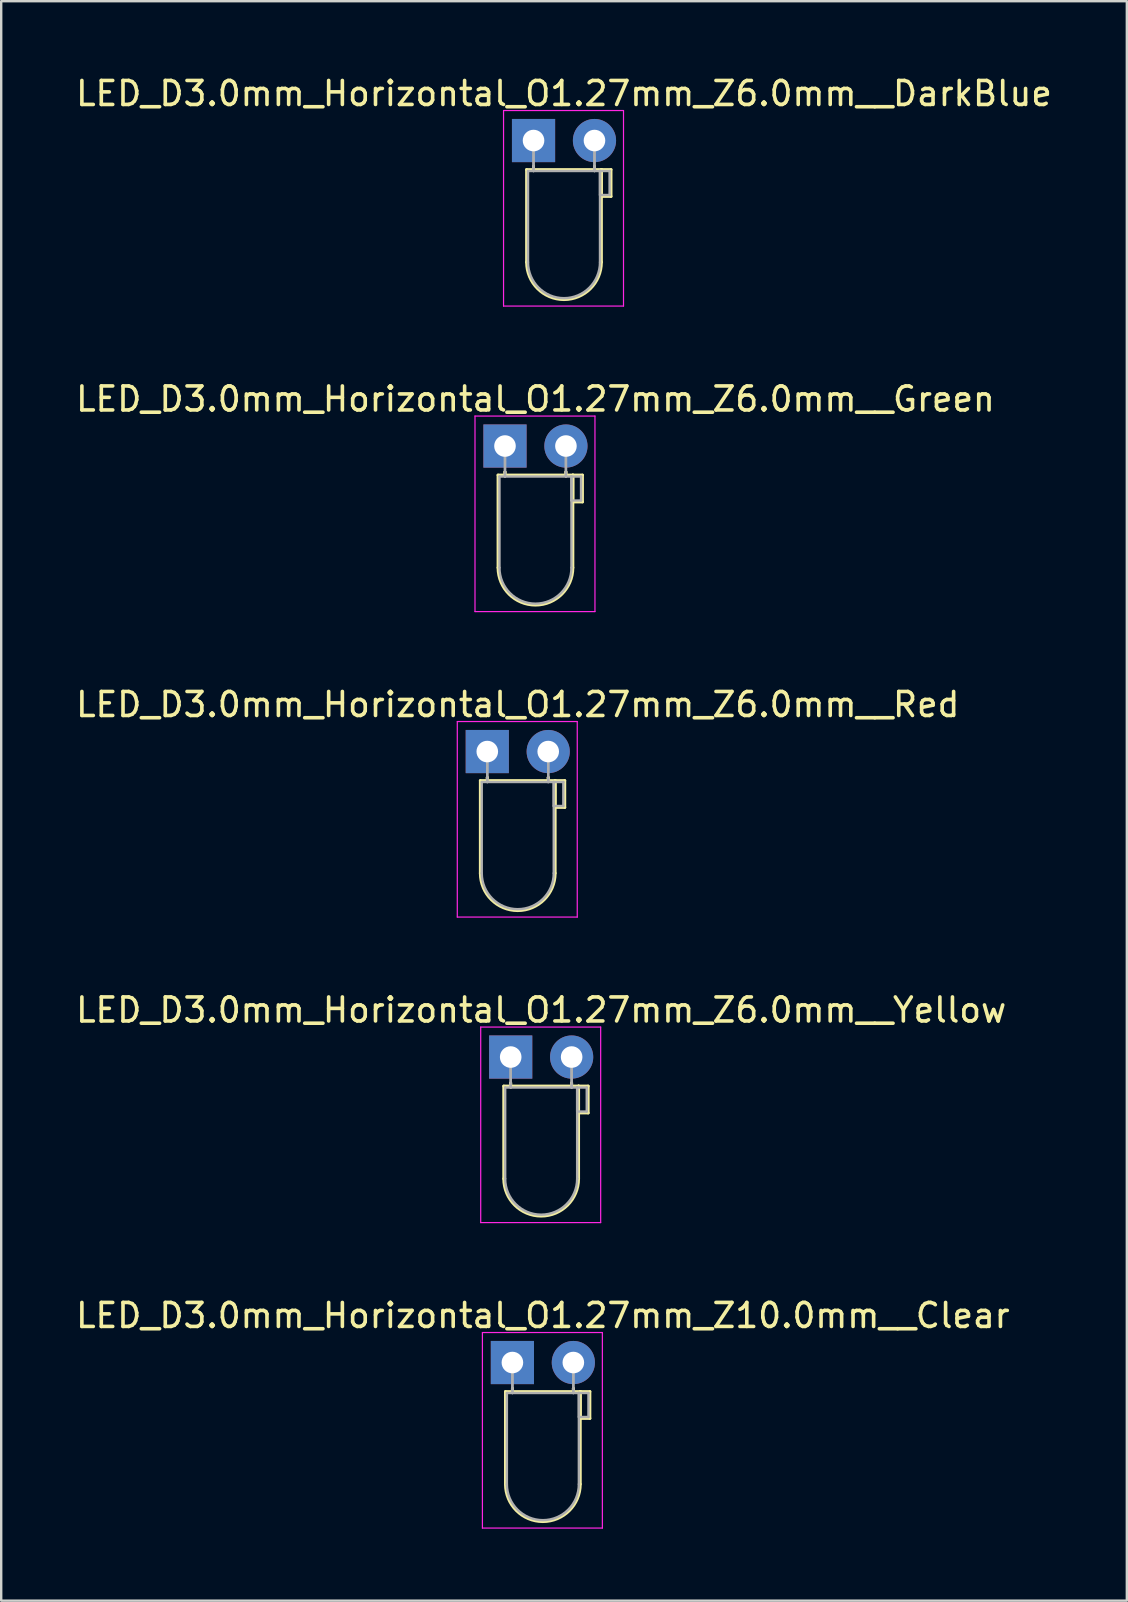
<source format=kicad_pcb>
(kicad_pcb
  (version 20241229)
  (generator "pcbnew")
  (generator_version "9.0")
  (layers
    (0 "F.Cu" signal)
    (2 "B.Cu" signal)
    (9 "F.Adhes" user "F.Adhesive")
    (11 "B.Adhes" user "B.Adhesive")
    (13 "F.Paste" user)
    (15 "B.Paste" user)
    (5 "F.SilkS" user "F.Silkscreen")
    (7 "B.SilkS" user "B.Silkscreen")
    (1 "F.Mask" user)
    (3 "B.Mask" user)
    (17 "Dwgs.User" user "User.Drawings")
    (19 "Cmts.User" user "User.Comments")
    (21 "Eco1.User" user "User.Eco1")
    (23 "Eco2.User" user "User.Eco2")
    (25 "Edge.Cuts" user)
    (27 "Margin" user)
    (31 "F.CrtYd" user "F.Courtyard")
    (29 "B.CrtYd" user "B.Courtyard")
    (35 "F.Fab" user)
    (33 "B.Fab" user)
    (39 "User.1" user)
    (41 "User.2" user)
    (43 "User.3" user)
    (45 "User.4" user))
  (footprint "LED_D3.0mm_Horizontal_O1.27mm_Z6.0mm__Yellow"
    (layer "F.Cu")
    (at 18.236 41.008)
    (property "Reference" "LED_D3.0mm_Horizontal_O1.27mm_Z6.0mm__Yellow" (at 1.27 -1.96 0) (layer "F.SilkS") (effects (font (size 1 1) (thickness 0.15))))
    (attr through_hole)
    (fp_line (start -0.29 1.21) (end -0.29 5.07) (stroke (width 0.12) (type solid)) (layer "F.SilkS"))
    (fp_line (start -0.29 1.21) (end 2.83 1.21) (stroke (width 0.12) (type solid)) (layer "F.SilkS"))
    (fp_line (start 0 1.08) (end 0 1.08) (stroke (width 0.12) (type solid)) (layer "F.SilkS"))
    (fp_line (start 0 1.08) (end 0 1.21) (stroke (width 0.12) (type solid)) (layer "F.SilkS"))
    (fp_line (start 0 1.21) (end 0 1.08) (stroke (width 0.12) (type solid)) (layer "F.SilkS"))
    (fp_line (start 0 1.21) (end 0 1.21) (stroke (width 0.12) (type solid)) (layer "F.SilkS"))
    (fp_line (start 2.54 1.08) (end 2.54 1.08) (stroke (width 0.12) (type solid)) (layer "F.SilkS"))
    (fp_line (start 2.54 1.08) (end 2.54 1.21) (stroke (width 0.12) (type solid)) (layer "F.SilkS"))
    (fp_line (start 2.54 1.21) (end 2.54 1.08) (stroke (width 0.12) (type solid)) (layer "F.SilkS"))
    (fp_line (start 2.54 1.21) (end 2.54 1.21) (stroke (width 0.12) (type solid)) (layer "F.SilkS"))
    (fp_line (start 2.83 1.21) (end 2.83 5.07) (stroke (width 0.12) (type solid)) (layer "F.SilkS"))
    (fp_line (start 2.83 1.21) (end 3.23 1.21) (stroke (width 0.12) (type solid)) (layer "F.SilkS"))
    (fp_line (start 2.83 2.33) (end 2.83 1.21) (stroke (width 0.12) (type solid)) (layer "F.SilkS"))
    (fp_line (start 3.23 1.21) (end 3.23 2.33) (stroke (width 0.12) (type solid)) (layer "F.SilkS"))
    (fp_line (start 3.23 2.33) (end 2.83 2.33) (stroke (width 0.12) (type solid)) (layer "F.SilkS"))
    (fp_arc (start 2.83 5.07) (mid 1.27 6.63) (end -0.29 5.07) (stroke (width 0.12) (type solid)) (layer "F.SilkS"))
    (fp_line (start -1.25 -1.25) (end -1.25 6.9) (stroke (width 0.05) (type solid)) (layer "F.CrtYd"))
    (fp_line (start -1.25 6.9) (end 3.75 6.9) (stroke (width 0.05) (type solid)) (layer "F.CrtYd"))
    (fp_line (start 3.75 -1.25) (end -1.25 -1.25) (stroke (width 0.05) (type solid)) (layer "F.CrtYd"))
    (fp_line (start 3.75 6.9) (end 3.75 -1.25) (stroke (width 0.05) (type solid)) (layer "F.CrtYd"))
    (fp_line (start -0.23 1.27) (end -0.23 5.07) (stroke (width 0.1) (type solid)) (layer "F.Fab"))
    (fp_line (start -0.23 1.27) (end 2.77 1.27) (stroke (width 0.1) (type solid)) (layer "F.Fab"))
    (fp_line (start 0 0) (end 0 0) (stroke (width 0.1) (type solid)) (layer "F.Fab"))
    (fp_line (start 0 0) (end 0 1.27) (stroke (width 0.1) (type solid)) (layer "F.Fab"))
    (fp_line (start 0 1.27) (end 0 0) (stroke (width 0.1) (type solid)) (layer "F.Fab"))
    (fp_line (start 0 1.27) (end 0 1.27) (stroke (width 0.1) (type solid)) (layer "F.Fab"))
    (fp_line (start 2.54 0) (end 2.54 0) (stroke (width 0.1) (type solid)) (layer "F.Fab"))
    (fp_line (start 2.54 0) (end 2.54 1.27) (stroke (width 0.1) (type solid)) (layer "F.Fab"))
    (fp_line (start 2.54 1.27) (end 2.54 0) (stroke (width 0.1) (type solid)) (layer "F.Fab"))
    (fp_line (start 2.54 1.27) (end 2.54 1.27) (stroke (width 0.1) (type solid)) (layer "F.Fab"))
    (fp_line (start 2.77 1.27) (end 2.77 5.07) (stroke (width 0.1) (type solid)) (layer "F.Fab"))
    (fp_line (start 2.77 1.27) (end 3.17 1.27) (stroke (width 0.1) (type solid)) (layer "F.Fab"))
    (fp_line (start 2.77 2.27) (end 2.77 1.27) (stroke (width 0.1) (type solid)) (layer "F.Fab"))
    (fp_line (start 3.17 1.27) (end 3.17 2.27) (stroke (width 0.1) (type solid)) (layer "F.Fab"))
    (fp_line (start 3.17 2.27) (end 2.77 2.27) (stroke (width 0.1) (type solid)) (layer "F.Fab"))
    (fp_arc (start 2.77 5.07) (mid 1.27 6.57) (end -0.23 5.07) (stroke (width 0.1) (type solid)) (layer "F.Fab"))
    (pad "1" thru_hole rect (at 0 0) (size 1.8 1.8) (drill 0.9) (layers "*.Cu" "*.Mask"))
    (pad "2" thru_hole circle (at 2.54 0) (size 1.8 1.8) (drill 0.9) (layers "*.Cu" "*.Mask")))
  (footprint "LED_D3.0mm_Horizontal_O1.27mm_Z6.0mm__DarkBlue"
    (layer "F.Cu")
    (at 19.188 2.808)
    (property "Reference" "LED_D3.0mm_Horizontal_O1.27mm_Z6.0mm__DarkBlue" (at 1.27 -1.96 0) (layer "F.SilkS") (effects (font (size 1 1) (thickness 0.15))))
    (attr through_hole)
    (fp_line (start -0.29 1.21) (end -0.29 5.07) (stroke (width 0.12) (type solid)) (layer "F.SilkS"))
    (fp_line (start -0.29 1.21) (end 2.83 1.21) (stroke (width 0.12) (type solid)) (layer "F.SilkS"))
    (fp_line (start 0 1.08) (end 0 1.08) (stroke (width 0.12) (type solid)) (layer "F.SilkS"))
    (fp_line (start 0 1.08) (end 0 1.21) (stroke (width 0.12) (type solid)) (layer "F.SilkS"))
    (fp_line (start 0 1.21) (end 0 1.08) (stroke (width 0.12) (type solid)) (layer "F.SilkS"))
    (fp_line (start 0 1.21) (end 0 1.21) (stroke (width 0.12) (type solid)) (layer "F.SilkS"))
    (fp_line (start 2.54 1.08) (end 2.54 1.08) (stroke (width 0.12) (type solid)) (layer "F.SilkS"))
    (fp_line (start 2.54 1.08) (end 2.54 1.21) (stroke (width 0.12) (type solid)) (layer "F.SilkS"))
    (fp_line (start 2.54 1.21) (end 2.54 1.08) (stroke (width 0.12) (type solid)) (layer "F.SilkS"))
    (fp_line (start 2.54 1.21) (end 2.54 1.21) (stroke (width 0.12) (type solid)) (layer "F.SilkS"))
    (fp_line (start 2.83 1.21) (end 2.83 5.07) (stroke (width 0.12) (type solid)) (layer "F.SilkS"))
    (fp_line (start 2.83 1.21) (end 3.23 1.21) (stroke (width 0.12) (type solid)) (layer "F.SilkS"))
    (fp_line (start 2.83 2.33) (end 2.83 1.21) (stroke (width 0.12) (type solid)) (layer "F.SilkS"))
    (fp_line (start 3.23 1.21) (end 3.23 2.33) (stroke (width 0.12) (type solid)) (layer "F.SilkS"))
    (fp_line (start 3.23 2.33) (end 2.83 2.33) (stroke (width 0.12) (type solid)) (layer "F.SilkS"))
    (fp_arc (start 2.83 5.07) (mid 1.27 6.63) (end -0.29 5.07) (stroke (width 0.12) (type solid)) (layer "F.SilkS"))
    (fp_line (start -1.25 -1.25) (end -1.25 6.9) (stroke (width 0.05) (type solid)) (layer "F.CrtYd"))
    (fp_line (start -1.25 6.9) (end 3.75 6.9) (stroke (width 0.05) (type solid)) (layer "F.CrtYd"))
    (fp_line (start 3.75 -1.25) (end -1.25 -1.25) (stroke (width 0.05) (type solid)) (layer "F.CrtYd"))
    (fp_line (start 3.75 6.9) (end 3.75 -1.25) (stroke (width 0.05) (type solid)) (layer "F.CrtYd"))
    (fp_line (start -0.23 1.27) (end -0.23 5.07) (stroke (width 0.1) (type solid)) (layer "F.Fab"))
    (fp_line (start -0.23 1.27) (end 2.77 1.27) (stroke (width 0.1) (type solid)) (layer "F.Fab"))
    (fp_line (start 0 0) (end 0 0) (stroke (width 0.1) (type solid)) (layer "F.Fab"))
    (fp_line (start 0 0) (end 0 1.27) (stroke (width 0.1) (type solid)) (layer "F.Fab"))
    (fp_line (start 0 1.27) (end 0 0) (stroke (width 0.1) (type solid)) (layer "F.Fab"))
    (fp_line (start 0 1.27) (end 0 1.27) (stroke (width 0.1) (type solid)) (layer "F.Fab"))
    (fp_line (start 2.54 0) (end 2.54 0) (stroke (width 0.1) (type solid)) (layer "F.Fab"))
    (fp_line (start 2.54 0) (end 2.54 1.27) (stroke (width 0.1) (type solid)) (layer "F.Fab"))
    (fp_line (start 2.54 1.27) (end 2.54 0) (stroke (width 0.1) (type solid)) (layer "F.Fab"))
    (fp_line (start 2.54 1.27) (end 2.54 1.27) (stroke (width 0.1) (type solid)) (layer "F.Fab"))
    (fp_line (start 2.77 1.27) (end 2.77 5.07) (stroke (width 0.1) (type solid)) (layer "F.Fab"))
    (fp_line (start 2.77 1.27) (end 3.17 1.27) (stroke (width 0.1) (type solid)) (layer "F.Fab"))
    (fp_line (start 2.77 2.27) (end 2.77 1.27) (stroke (width 0.1) (type solid)) (layer "F.Fab"))
    (fp_line (start 3.17 1.27) (end 3.17 2.27) (stroke (width 0.1) (type solid)) (layer "F.Fab"))
    (fp_line (start 3.17 2.27) (end 2.77 2.27) (stroke (width 0.1) (type solid)) (layer "F.Fab"))
    (fp_arc (start 2.77 5.07) (mid 1.27 6.57) (end -0.23 5.07) (stroke (width 0.1) (type solid)) (layer "F.Fab"))
    (pad "1" thru_hole rect (at 0 0) (size 1.8 1.8) (drill 0.9) (layers "*.Cu" "*.Mask"))
    (pad "2" thru_hole circle (at 2.54 0) (size 1.8 1.8) (drill 0.9) (layers "*.Cu" "*.Mask")))
  (footprint "LED_D3.0mm_Horizontal_O1.27mm_Z6.0mm__Red"
    (layer "F.Cu")
    (at 17.26 28.275)
    (property "Reference" "LED_D3.0mm_Horizontal_O1.27mm_Z6.0mm__Red" (at 1.27 -1.96 0) (layer "F.SilkS") (effects (font (size 1 1) (thickness 0.15))))
    (attr through_hole)
    (fp_line (start -0.29 1.21) (end -0.29 5.07) (stroke (width 0.12) (type solid)) (layer "F.SilkS"))
    (fp_line (start -0.29 1.21) (end 2.83 1.21) (stroke (width 0.12) (type solid)) (layer "F.SilkS"))
    (fp_line (start 0 1.08) (end 0 1.08) (stroke (width 0.12) (type solid)) (layer "F.SilkS"))
    (fp_line (start 0 1.08) (end 0 1.21) (stroke (width 0.12) (type solid)) (layer "F.SilkS"))
    (fp_line (start 0 1.21) (end 0 1.08) (stroke (width 0.12) (type solid)) (layer "F.SilkS"))
    (fp_line (start 0 1.21) (end 0 1.21) (stroke (width 0.12) (type solid)) (layer "F.SilkS"))
    (fp_line (start 2.54 1.08) (end 2.54 1.08) (stroke (width 0.12) (type solid)) (layer "F.SilkS"))
    (fp_line (start 2.54 1.08) (end 2.54 1.21) (stroke (width 0.12) (type solid)) (layer "F.SilkS"))
    (fp_line (start 2.54 1.21) (end 2.54 1.08) (stroke (width 0.12) (type solid)) (layer "F.SilkS"))
    (fp_line (start 2.54 1.21) (end 2.54 1.21) (stroke (width 0.12) (type solid)) (layer "F.SilkS"))
    (fp_line (start 2.83 1.21) (end 2.83 5.07) (stroke (width 0.12) (type solid)) (layer "F.SilkS"))
    (fp_line (start 2.83 1.21) (end 3.23 1.21) (stroke (width 0.12) (type solid)) (layer "F.SilkS"))
    (fp_line (start 2.83 2.33) (end 2.83 1.21) (stroke (width 0.12) (type solid)) (layer "F.SilkS"))
    (fp_line (start 3.23 1.21) (end 3.23 2.33) (stroke (width 0.12) (type solid)) (layer "F.SilkS"))
    (fp_line (start 3.23 2.33) (end 2.83 2.33) (stroke (width 0.12) (type solid)) (layer "F.SilkS"))
    (fp_arc (start 2.83 5.07) (mid 1.27 6.63) (end -0.29 5.07) (stroke (width 0.12) (type solid)) (layer "F.SilkS"))
    (fp_line (start -1.25 -1.25) (end -1.25 6.9) (stroke (width 0.05) (type solid)) (layer "F.CrtYd"))
    (fp_line (start -1.25 6.9) (end 3.75 6.9) (stroke (width 0.05) (type solid)) (layer "F.CrtYd"))
    (fp_line (start 3.75 -1.25) (end -1.25 -1.25) (stroke (width 0.05) (type solid)) (layer "F.CrtYd"))
    (fp_line (start 3.75 6.9) (end 3.75 -1.25) (stroke (width 0.05) (type solid)) (layer "F.CrtYd"))
    (fp_line (start -0.23 1.27) (end -0.23 5.07) (stroke (width 0.1) (type solid)) (layer "F.Fab"))
    (fp_line (start -0.23 1.27) (end 2.77 1.27) (stroke (width 0.1) (type solid)) (layer "F.Fab"))
    (fp_line (start 0 0) (end 0 0) (stroke (width 0.1) (type solid)) (layer "F.Fab"))
    (fp_line (start 0 0) (end 0 1.27) (stroke (width 0.1) (type solid)) (layer "F.Fab"))
    (fp_line (start 0 1.27) (end 0 0) (stroke (width 0.1) (type solid)) (layer "F.Fab"))
    (fp_line (start 0 1.27) (end 0 1.27) (stroke (width 0.1) (type solid)) (layer "F.Fab"))
    (fp_line (start 2.54 0) (end 2.54 0) (stroke (width 0.1) (type solid)) (layer "F.Fab"))
    (fp_line (start 2.54 0) (end 2.54 1.27) (stroke (width 0.1) (type solid)) (layer "F.Fab"))
    (fp_line (start 2.54 1.27) (end 2.54 0) (stroke (width 0.1) (type solid)) (layer "F.Fab"))
    (fp_line (start 2.54 1.27) (end 2.54 1.27) (stroke (width 0.1) (type solid)) (layer "F.Fab"))
    (fp_line (start 2.77 1.27) (end 2.77 5.07) (stroke (width 0.1) (type solid)) (layer "F.Fab"))
    (fp_line (start 2.77 1.27) (end 3.17 1.27) (stroke (width 0.1) (type solid)) (layer "F.Fab"))
    (fp_line (start 2.77 2.27) (end 2.77 1.27) (stroke (width 0.1) (type solid)) (layer "F.Fab"))
    (fp_line (start 3.17 1.27) (end 3.17 2.27) (stroke (width 0.1) (type solid)) (layer "F.Fab"))
    (fp_line (start 3.17 2.27) (end 2.77 2.27) (stroke (width 0.1) (type solid)) (layer "F.Fab"))
    (fp_arc (start 2.77 5.07) (mid 1.27 6.57) (end -0.23 5.07) (stroke (width 0.1) (type solid)) (layer "F.Fab"))
    (pad "1" thru_hole rect (at 0 0) (size 1.8 1.8) (drill 0.9) (layers "*.Cu" "*.Mask"))
    (pad "2" thru_hole circle (at 2.54 0) (size 1.8 1.8) (drill 0.9) (layers "*.Cu" "*.Mask")))
  (footprint "LED_D3.0mm_Horizontal_O1.27mm_Z10.0mm__Clear"
    (layer "F.Cu")
    (at 18.307 53.741)
    (property "Reference" "LED_D3.0mm_Horizontal_O1.27mm_Z10.0mm__Clear" (at 1.27 -1.96 0) (layer "F.SilkS") (effects (font (size 1 1) (thickness 0.15))))
    (attr through_hole)
    (fp_line (start -0.29 1.21) (end -0.29 5.07) (stroke (width 0.12) (type solid)) (layer "F.SilkS"))
    (fp_line (start -0.29 1.21) (end 2.83 1.21) (stroke (width 0.12) (type solid)) (layer "F.SilkS"))
    (fp_line (start 0 1.08) (end 0 1.08) (stroke (width 0.12) (type solid)) (layer "F.SilkS"))
    (fp_line (start 0 1.08) (end 0 1.21) (stroke (width 0.12) (type solid)) (layer "F.SilkS"))
    (fp_line (start 0 1.21) (end 0 1.08) (stroke (width 0.12) (type solid)) (layer "F.SilkS"))
    (fp_line (start 0 1.21) (end 0 1.21) (stroke (width 0.12) (type solid)) (layer "F.SilkS"))
    (fp_line (start 2.54 1.08) (end 2.54 1.08) (stroke (width 0.12) (type solid)) (layer "F.SilkS"))
    (fp_line (start 2.54 1.08) (end 2.54 1.21) (stroke (width 0.12) (type solid)) (layer "F.SilkS"))
    (fp_line (start 2.54 1.21) (end 2.54 1.08) (stroke (width 0.12) (type solid)) (layer "F.SilkS"))
    (fp_line (start 2.54 1.21) (end 2.54 1.21) (stroke (width 0.12) (type solid)) (layer "F.SilkS"))
    (fp_line (start 2.83 1.21) (end 2.83 5.07) (stroke (width 0.12) (type solid)) (layer "F.SilkS"))
    (fp_line (start 2.83 1.21) (end 3.23 1.21) (stroke (width 0.12) (type solid)) (layer "F.SilkS"))
    (fp_line (start 2.83 2.33) (end 2.83 1.21) (stroke (width 0.12) (type solid)) (layer "F.SilkS"))
    (fp_line (start 3.23 1.21) (end 3.23 2.33) (stroke (width 0.12) (type solid)) (layer "F.SilkS"))
    (fp_line (start 3.23 2.33) (end 2.83 2.33) (stroke (width 0.12) (type solid)) (layer "F.SilkS"))
    (fp_arc (start 2.83 5.07) (mid 1.27 6.63) (end -0.29 5.07) (stroke (width 0.12) (type solid)) (layer "F.SilkS"))
    (fp_line (start -1.25 -1.25) (end -1.25 6.9) (stroke (width 0.05) (type solid)) (layer "F.CrtYd"))
    (fp_line (start -1.25 6.9) (end 3.75 6.9) (stroke (width 0.05) (type solid)) (layer "F.CrtYd"))
    (fp_line (start 3.75 -1.25) (end -1.25 -1.25) (stroke (width 0.05) (type solid)) (layer "F.CrtYd"))
    (fp_line (start 3.75 6.9) (end 3.75 -1.25) (stroke (width 0.05) (type solid)) (layer "F.CrtYd"))
    (fp_line (start -0.23 1.27) (end -0.23 5.07) (stroke (width 0.1) (type solid)) (layer "F.Fab"))
    (fp_line (start -0.23 1.27) (end 2.77 1.27) (stroke (width 0.1) (type solid)) (layer "F.Fab"))
    (fp_line (start 0 0) (end 0 0) (stroke (width 0.1) (type solid)) (layer "F.Fab"))
    (fp_line (start 0 0) (end 0 1.27) (stroke (width 0.1) (type solid)) (layer "F.Fab"))
    (fp_line (start 0 1.27) (end 0 0) (stroke (width 0.1) (type solid)) (layer "F.Fab"))
    (fp_line (start 0 1.27) (end 0 1.27) (stroke (width 0.1) (type solid)) (layer "F.Fab"))
    (fp_line (start 2.54 0) (end 2.54 0) (stroke (width 0.1) (type solid)) (layer "F.Fab"))
    (fp_line (start 2.54 0) (end 2.54 1.27) (stroke (width 0.1) (type solid)) (layer "F.Fab"))
    (fp_line (start 2.54 1.27) (end 2.54 0) (stroke (width 0.1) (type solid)) (layer "F.Fab"))
    (fp_line (start 2.54 1.27) (end 2.54 1.27) (stroke (width 0.1) (type solid)) (layer "F.Fab"))
    (fp_line (start 2.77 1.27) (end 2.77 5.07) (stroke (width 0.1) (type solid)) (layer "F.Fab"))
    (fp_line (start 2.77 1.27) (end 3.17 1.27) (stroke (width 0.1) (type solid)) (layer "F.Fab"))
    (fp_line (start 2.77 2.27) (end 2.77 1.27) (stroke (width 0.1) (type solid)) (layer "F.Fab"))
    (fp_line (start 3.17 1.27) (end 3.17 2.27) (stroke (width 0.1) (type solid)) (layer "F.Fab"))
    (fp_line (start 3.17 2.27) (end 2.77 2.27) (stroke (width 0.1) (type solid)) (layer "F.Fab"))
    (fp_arc (start 2.77 5.07) (mid 1.27 6.57) (end -0.23 5.07) (stroke (width 0.1) (type solid)) (layer "F.Fab"))
    (pad "1" thru_hole rect (at 0 0) (size 1.8 1.8) (drill 0.9) (layers "*.Cu" "*.Mask"))
    (pad "2" thru_hole circle (at 2.54 0) (size 1.8 1.8) (drill 0.9) (layers "*.Cu" "*.Mask")))
  (footprint "LED_D3.0mm_Horizontal_O1.27mm_Z6.0mm__Green"
    (layer "F.Cu")
    (at 17.998 15.541)
    (property "Reference" "LED_D3.0mm_Horizontal_O1.27mm_Z6.0mm__Green" (at 1.27 -1.96 0) (layer "F.SilkS") (effects (font (size 1 1) (thickness 0.15))))
    (attr through_hole)
    (fp_line (start -0.29 1.21) (end -0.29 5.07) (stroke (width 0.12) (type solid)) (layer "F.SilkS"))
    (fp_line (start -0.29 1.21) (end 2.83 1.21) (stroke (width 0.12) (type solid)) (layer "F.SilkS"))
    (fp_line (start 0 1.08) (end 0 1.08) (stroke (width 0.12) (type solid)) (layer "F.SilkS"))
    (fp_line (start 0 1.08) (end 0 1.21) (stroke (width 0.12) (type solid)) (layer "F.SilkS"))
    (fp_line (start 0 1.21) (end 0 1.08) (stroke (width 0.12) (type solid)) (layer "F.SilkS"))
    (fp_line (start 0 1.21) (end 0 1.21) (stroke (width 0.12) (type solid)) (layer "F.SilkS"))
    (fp_line (start 2.54 1.08) (end 2.54 1.08) (stroke (width 0.12) (type solid)) (layer "F.SilkS"))
    (fp_line (start 2.54 1.08) (end 2.54 1.21) (stroke (width 0.12) (type solid)) (layer "F.SilkS"))
    (fp_line (start 2.54 1.21) (end 2.54 1.08) (stroke (width 0.12) (type solid)) (layer "F.SilkS"))
    (fp_line (start 2.54 1.21) (end 2.54 1.21) (stroke (width 0.12) (type solid)) (layer "F.SilkS"))
    (fp_line (start 2.83 1.21) (end 2.83 5.07) (stroke (width 0.12) (type solid)) (layer "F.SilkS"))
    (fp_line (start 2.83 1.21) (end 3.23 1.21) (stroke (width 0.12) (type solid)) (layer "F.SilkS"))
    (fp_line (start 2.83 2.33) (end 2.83 1.21) (stroke (width 0.12) (type solid)) (layer "F.SilkS"))
    (fp_line (start 3.23 1.21) (end 3.23 2.33) (stroke (width 0.12) (type solid)) (layer "F.SilkS"))
    (fp_line (start 3.23 2.33) (end 2.83 2.33) (stroke (width 0.12) (type solid)) (layer "F.SilkS"))
    (fp_arc (start 2.83 5.07) (mid 1.27 6.63) (end -0.29 5.07) (stroke (width 0.12) (type solid)) (layer "F.SilkS"))
    (fp_line (start -1.25 -1.25) (end -1.25 6.9) (stroke (width 0.05) (type solid)) (layer "F.CrtYd"))
    (fp_line (start -1.25 6.9) (end 3.75 6.9) (stroke (width 0.05) (type solid)) (layer "F.CrtYd"))
    (fp_line (start 3.75 -1.25) (end -1.25 -1.25) (stroke (width 0.05) (type solid)) (layer "F.CrtYd"))
    (fp_line (start 3.75 6.9) (end 3.75 -1.25) (stroke (width 0.05) (type solid)) (layer "F.CrtYd"))
    (fp_line (start -0.23 1.27) (end -0.23 5.07) (stroke (width 0.1) (type solid)) (layer "F.Fab"))
    (fp_line (start -0.23 1.27) (end 2.77 1.27) (stroke (width 0.1) (type solid)) (layer "F.Fab"))
    (fp_line (start 0 0) (end 0 0) (stroke (width 0.1) (type solid)) (layer "F.Fab"))
    (fp_line (start 0 0) (end 0 1.27) (stroke (width 0.1) (type solid)) (layer "F.Fab"))
    (fp_line (start 0 1.27) (end 0 0) (stroke (width 0.1) (type solid)) (layer "F.Fab"))
    (fp_line (start 0 1.27) (end 0 1.27) (stroke (width 0.1) (type solid)) (layer "F.Fab"))
    (fp_line (start 2.54 0) (end 2.54 0) (stroke (width 0.1) (type solid)) (layer "F.Fab"))
    (fp_line (start 2.54 0) (end 2.54 1.27) (stroke (width 0.1) (type solid)) (layer "F.Fab"))
    (fp_line (start 2.54 1.27) (end 2.54 0) (stroke (width 0.1) (type solid)) (layer "F.Fab"))
    (fp_line (start 2.54 1.27) (end 2.54 1.27) (stroke (width 0.1) (type solid)) (layer "F.Fab"))
    (fp_line (start 2.77 1.27) (end 2.77 5.07) (stroke (width 0.1) (type solid)) (layer "F.Fab"))
    (fp_line (start 2.77 1.27) (end 3.17 1.27) (stroke (width 0.1) (type solid)) (layer "F.Fab"))
    (fp_line (start 2.77 2.27) (end 2.77 1.27) (stroke (width 0.1) (type solid)) (layer "F.Fab"))
    (fp_line (start 3.17 1.27) (end 3.17 2.27) (stroke (width 0.1) (type solid)) (layer "F.Fab"))
    (fp_line (start 3.17 2.27) (end 2.77 2.27) (stroke (width 0.1) (type solid)) (layer "F.Fab"))
    (fp_arc (start 2.77 5.07) (mid 1.27 6.57) (end -0.23 5.07) (stroke (width 0.1) (type solid)) (layer "F.Fab"))
    (pad "1" thru_hole rect (at 0 0) (size 1.8 1.8) (drill 0.9) (layers "*.Cu" "*.Mask"))
    (pad "2" thru_hole circle (at 2.54 0) (size 1.8 1.8) (drill 0.9) (layers "*.Cu" "*.Mask")))
  (gr_rect
    (start -3 -3)
    (end 43.917 63.666)
    (stroke (width 0.1) (type default))
    (fill no)
    (layer "Edge.Cuts")))
</source>
